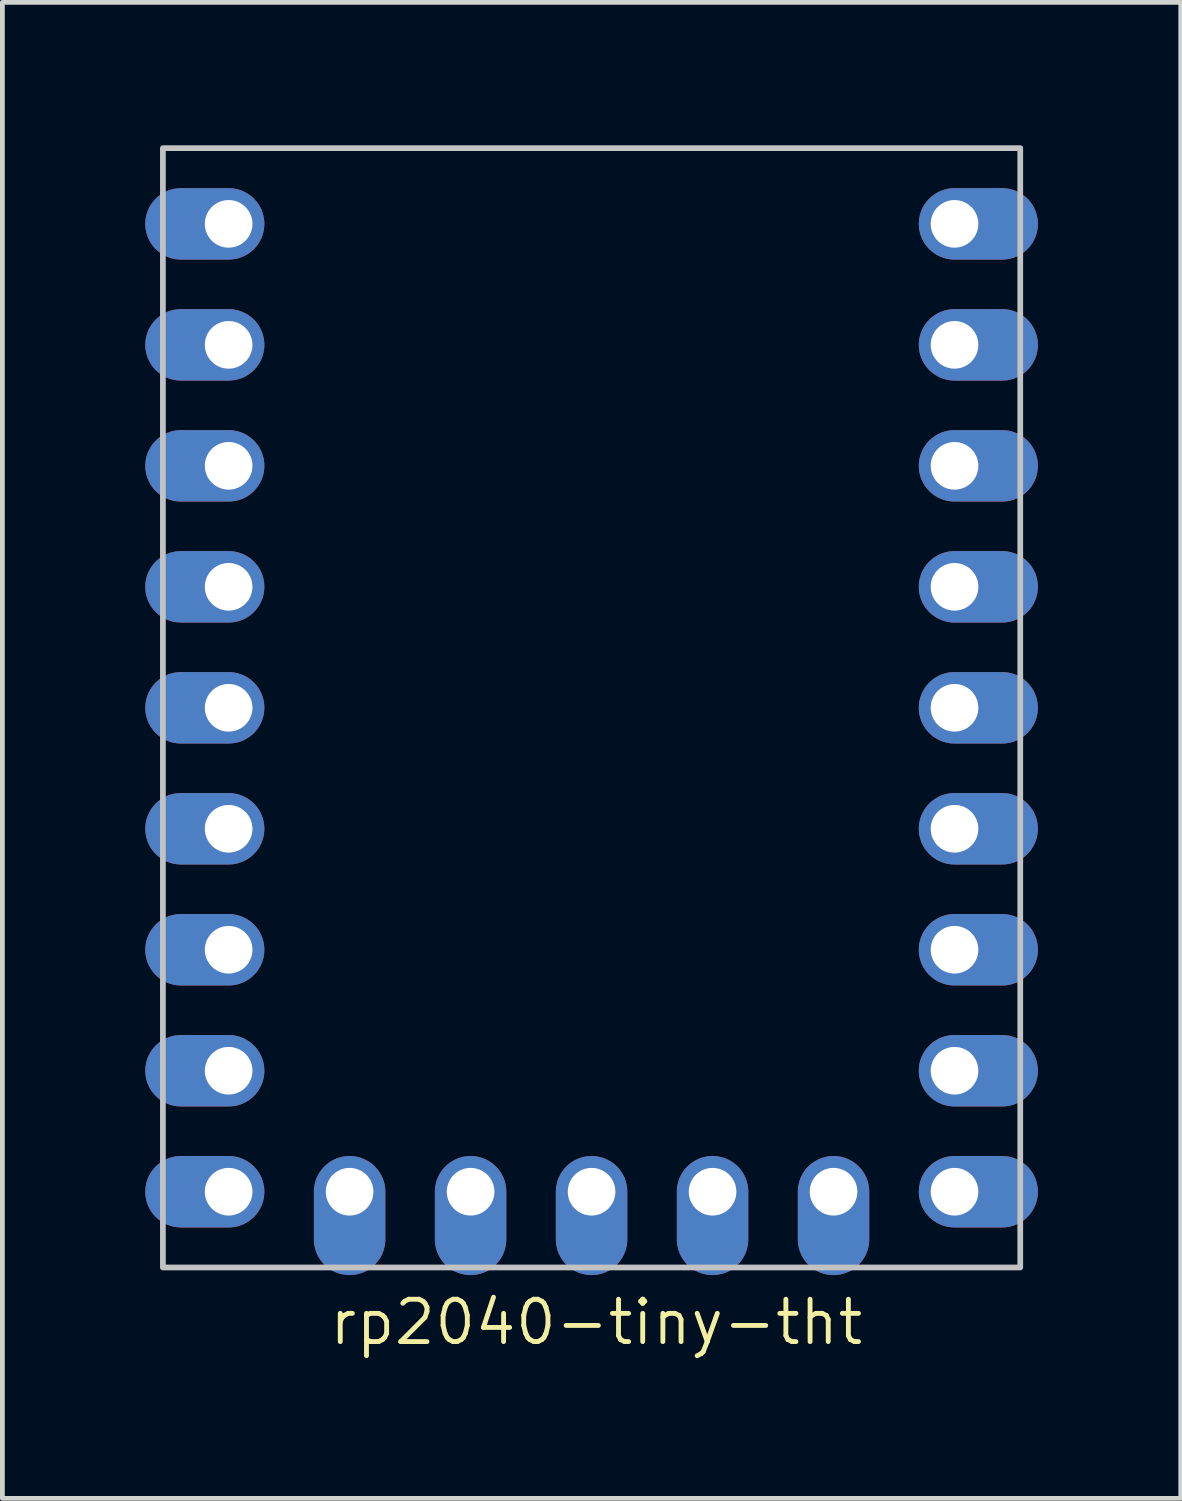
<source format=kicad_pcb>
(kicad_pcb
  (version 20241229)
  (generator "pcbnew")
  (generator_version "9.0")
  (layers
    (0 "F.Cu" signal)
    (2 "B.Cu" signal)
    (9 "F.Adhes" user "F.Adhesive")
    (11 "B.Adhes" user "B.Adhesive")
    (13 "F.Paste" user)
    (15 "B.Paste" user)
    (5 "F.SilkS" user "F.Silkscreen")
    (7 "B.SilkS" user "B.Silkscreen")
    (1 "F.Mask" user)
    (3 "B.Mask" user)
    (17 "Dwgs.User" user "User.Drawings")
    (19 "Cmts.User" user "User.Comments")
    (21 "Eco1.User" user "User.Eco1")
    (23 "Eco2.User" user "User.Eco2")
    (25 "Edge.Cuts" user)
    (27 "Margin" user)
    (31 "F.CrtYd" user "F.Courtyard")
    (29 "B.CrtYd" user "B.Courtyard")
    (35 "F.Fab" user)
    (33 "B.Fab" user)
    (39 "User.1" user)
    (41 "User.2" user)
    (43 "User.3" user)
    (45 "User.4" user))
  (footprint "rp2040-tiny-tht"
    (layer "F.Cu")
    (at 9.37 11.81)
    (property "Reference" "rp2040-tiny-tht" (at 0.1 12.9 0) (layer "F.SilkS") (effects (font (size 0.889 0.889) (thickness 0.102))))
    (attr through_hole exclude_from_pos_files)
    (fp_rect (start -9 -11.75) (end 9 11.75) (stroke (width 0.12) (type solid)) (fill no) (layer "Dwgs.User"))
    (pad "1" thru_hole oval (at 7.62 -10.16 180) (size 2.5 1.5) (drill 1 (offset -0.5 0)) (layers "*.Cu" "*.Mask"))
    (pad "2" thru_hole oval (at 7.62 -7.62 180) (size 2.5 1.5) (drill 1 (offset -0.5 0)) (layers "*.Cu" "*.Mask"))
    (pad "3" thru_hole oval (at 7.62 -5.08 180) (size 2.5 1.5) (drill 1 (offset -0.5 0)) (layers "*.Cu" "*.Mask"))
    (pad "4" thru_hole oval (at 7.62 -2.54 180) (size 2.5 1.5) (drill 1 (offset -0.5 0)) (layers "*.Cu" "*.Mask"))
    (pad "5" thru_hole oval (at 7.62 0 180) (size 2.5 1.5) (drill 1 (offset -0.5 0)) (layers "*.Cu" "*.Mask"))
    (pad "6" thru_hole oval (at 7.62 2.54 180) (size 2.5 1.5) (drill 1 (offset -0.5 0)) (layers "*.Cu" "*.Mask"))
    (pad "7" thru_hole oval (at 7.62 5.08 180) (size 2.5 1.5) (drill 1 (offset -0.5 0)) (layers "*.Cu" "*.Mask"))
    (pad "8" thru_hole oval (at 7.62 7.62 180) (size 2.5 1.5) (drill 1 (offset -0.5 0)) (layers "*.Cu" "*.Mask"))
    (pad "9" thru_hole oval (at 7.62 10.16 180) (size 2.5 1.5) (drill 1 (offset -0.5 0)) (layers "*.Cu" "*.Mask"))
    (pad "10" thru_hole oval (at 5.08 10.16 90) (size 2.5 1.5) (drill 1 (offset -0.5 0)) (layers "*.Cu" "*.Mask"))
    (pad "11" thru_hole oval (at 2.54 10.16 90) (size 2.5 1.5) (drill 1 (offset -0.5 0)) (layers "*.Cu" "*.Mask"))
    (pad "12" thru_hole oval (at 0 10.16 90) (size 2.5 1.5) (drill 1 (offset -0.5 0)) (layers "*.Cu" "*.Mask"))
    (pad "13" thru_hole oval (at -2.54 10.16 90) (size 2.5 1.5) (drill 1 (offset -0.5 0)) (layers "*.Cu" "*.Mask"))
    (pad "14" thru_hole oval (at -5.08 10.16 90) (size 2.5 1.5) (drill 1 (offset -0.5 0)) (layers "*.Cu" "*.Mask"))
    (pad "15" thru_hole oval (at -7.62 10.16) (size 2.5 1.5) (drill 1 (offset -0.5 0)) (layers "*.Cu" "*.Mask"))
    (pad "16" thru_hole oval (at -7.62 7.62) (size 2.5 1.5) (drill 1 (offset -0.5 0)) (layers "*.Cu" "*.Mask"))
    (pad "17" thru_hole oval (at -7.62 5.08) (size 2.5 1.5) (drill 1 (offset -0.5 0)) (layers "*.Cu" "*.Mask"))
    (pad "18" thru_hole oval (at -7.62 2.54) (size 2.5 1.5) (drill 1 (offset -0.5 0)) (layers "*.Cu" "*.Mask"))
    (pad "19" thru_hole oval (at -7.62 0) (size 2.5 1.5) (drill 1 (offset -0.5 0)) (layers "*.Cu" "*.Mask"))
    (pad "20" thru_hole oval (at -7.62 -2.54) (size 2.5 1.5) (drill 1 (offset -0.5 0)) (layers "*.Cu" "*.Mask"))
    (pad "21" thru_hole oval (at -7.62 -5.08) (size 2.5 1.5) (drill 1 (offset -0.5 0)) (layers "*.Cu" "*.Mask"))
    (pad "22" thru_hole oval (at -7.62 -7.62) (size 2.5 1.5) (drill 1 (offset -0.5 0)) (layers "*.Cu" "*.Mask"))
    (pad "23" thru_hole oval (at -7.62 -10.16) (size 2.5 1.5) (drill 1 (offset -0.5 0)) (layers "*.Cu" "*.Mask")))
  (gr_rect
    (start -3 -3)
    (end 21.74 28.408)
    (stroke (width 0.1) (type default))
    (fill no)
    (layer "Edge.Cuts")))
</source>
